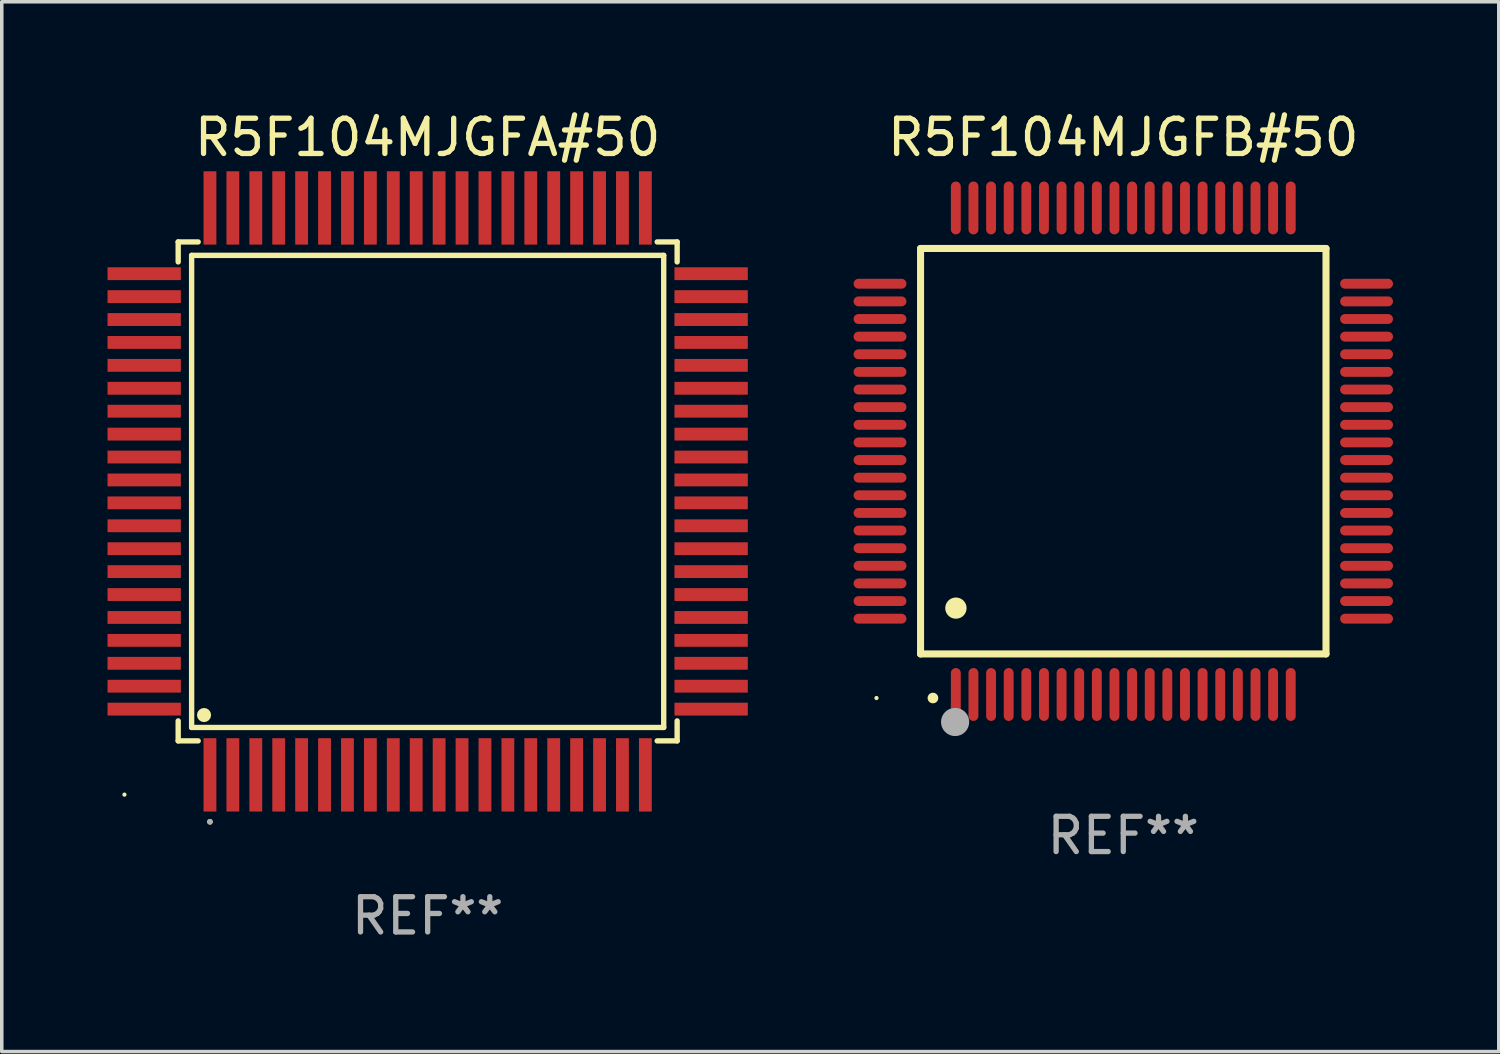
<source format=kicad_pcb>
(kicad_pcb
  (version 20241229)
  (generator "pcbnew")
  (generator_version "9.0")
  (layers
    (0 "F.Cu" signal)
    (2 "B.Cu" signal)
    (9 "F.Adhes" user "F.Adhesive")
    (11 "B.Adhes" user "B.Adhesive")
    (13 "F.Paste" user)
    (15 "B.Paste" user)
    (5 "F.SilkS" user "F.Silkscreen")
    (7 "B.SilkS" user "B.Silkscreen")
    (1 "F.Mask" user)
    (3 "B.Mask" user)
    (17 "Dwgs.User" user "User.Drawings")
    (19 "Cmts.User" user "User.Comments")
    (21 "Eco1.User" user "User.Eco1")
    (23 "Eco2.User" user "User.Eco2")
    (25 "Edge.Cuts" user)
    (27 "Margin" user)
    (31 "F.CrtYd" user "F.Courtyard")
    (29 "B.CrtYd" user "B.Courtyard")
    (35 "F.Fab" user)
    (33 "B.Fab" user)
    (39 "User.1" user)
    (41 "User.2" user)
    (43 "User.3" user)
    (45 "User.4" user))
  (footprint "R5F104MJGFA#50"
    (layer "F.Cu")
    (at 9.08 10.888)
    (property "Reference" "R5F104MJGFA#50" (at 0 -10.04 0) (layer "F.SilkS") (effects (font (size 1 1) (thickness 0.15))))
    (attr through_hole)
    (fp_line (start -7.076 -7.076) (end -7.076 -6.509) (stroke (width 0.152) (type solid)) (layer "F.SilkS"))
    (fp_line (start -7.076 7.076) (end -7.076 6.509) (stroke (width 0.152) (type solid)) (layer "F.SilkS"))
    (fp_line (start -6.695 -6.695) (end 6.695 -6.695) (stroke (width 0.152) (type solid)) (layer "F.SilkS"))
    (fp_line (start -6.695 6.695) (end -6.695 -6.695) (stroke (width 0.152) (type solid)) (layer "F.SilkS"))
    (fp_line (start -6.509 -7.076) (end -7.076 -7.076) (stroke (width 0.152) (type solid)) (layer "F.SilkS"))
    (fp_line (start -6.509 7.076) (end -7.076 7.076) (stroke (width 0.152) (type solid)) (layer "F.SilkS"))
    (fp_line (start 6.509 -7.076) (end 7.076 -7.076) (stroke (width 0.152) (type solid)) (layer "F.SilkS"))
    (fp_line (start 6.509 7.076) (end 7.076 7.076) (stroke (width 0.152) (type solid)) (layer "F.SilkS"))
    (fp_line (start 6.695 -6.695) (end 6.695 6.695) (stroke (width 0.152) (type solid)) (layer "F.SilkS"))
    (fp_line (start 6.695 6.695) (end -6.695 6.695) (stroke (width 0.152) (type solid)) (layer "F.SilkS"))
    (fp_line (start 7.076 -7.076) (end 7.076 -6.509) (stroke (width 0.152) (type solid)) (layer "F.SilkS"))
    (fp_line (start 7.076 7.076) (end 7.076 6.509) (stroke (width 0.152) (type solid)) (layer "F.SilkS"))
    (fp_circle (center -8.6 8.6) (end -8.57 8.6) (stroke (width 0.06) (type solid)) (fill no) (layer "F.SilkS"))
    (fp_circle (center -6.343 6.343) (end -6.243 6.343) (stroke (width 0.2) (type solid)) (fill no) (layer "F.SilkS"))
    (fp_circle (center -6.175 9.371) (end -6.135 9.371) (stroke (width 0.08) (type solid)) (fill no) (layer "F.SilkS"))
    (fp_circle (center -6.175 9.371) (end -6.135 9.371) (stroke (width 0.08) (type solid)) (fill no) (layer "F.Fab"))
    (fp_text user "REF**" (at 0 12.04 0) (layer "F.Fab") (effects (font (size 1 1) (thickness 0.15))))
    (pad "1" smd rect (at -6.175 8.04) (size 0.364 2.08) (layers "F.Cu" "F.Mask" "F.Paste"))
    (pad "2" smd rect (at -5.525 8.04) (size 0.364 2.08) (layers "F.Cu" "F.Mask" "F.Paste"))
    (pad "3" smd rect (at -4.875 8.04) (size 0.364 2.08) (layers "F.Cu" "F.Mask" "F.Paste"))
    (pad "4" smd rect (at -4.225 8.04) (size 0.364 2.08) (layers "F.Cu" "F.Mask" "F.Paste"))
    (pad "5" smd rect (at -3.575 8.04) (size 0.364 2.08) (layers "F.Cu" "F.Mask" "F.Paste"))
    (pad "6" smd rect (at -2.925 8.04) (size 0.364 2.08) (layers "F.Cu" "F.Mask" "F.Paste"))
    (pad "7" smd rect (at -2.275 8.04) (size 0.364 2.08) (layers "F.Cu" "F.Mask" "F.Paste"))
    (pad "8" smd rect (at -1.625 8.04) (size 0.364 2.08) (layers "F.Cu" "F.Mask" "F.Paste"))
    (pad "9" smd rect (at -0.975 8.04) (size 0.364 2.08) (layers "F.Cu" "F.Mask" "F.Paste"))
    (pad "10" smd rect (at -0.325 8.04) (size 0.364 2.08) (layers "F.Cu" "F.Mask" "F.Paste"))
    (pad "11" smd rect (at 0.325 8.04) (size 0.364 2.08) (layers "F.Cu" "F.Mask" "F.Paste"))
    (pad "12" smd rect (at 0.975 8.04) (size 0.364 2.08) (layers "F.Cu" "F.Mask" "F.Paste"))
    (pad "13" smd rect (at 1.625 8.04) (size 0.364 2.08) (layers "F.Cu" "F.Mask" "F.Paste"))
    (pad "14" smd rect (at 2.275 8.04) (size 0.364 2.08) (layers "F.Cu" "F.Mask" "F.Paste"))
    (pad "15" smd rect (at 2.925 8.04) (size 0.364 2.08) (layers "F.Cu" "F.Mask" "F.Paste"))
    (pad "16" smd rect (at 3.575 8.04) (size 0.364 2.08) (layers "F.Cu" "F.Mask" "F.Paste"))
    (pad "17" smd rect (at 4.225 8.04) (size 0.364 2.08) (layers "F.Cu" "F.Mask" "F.Paste"))
    (pad "18" smd rect (at 4.875 8.04) (size 0.364 2.08) (layers "F.Cu" "F.Mask" "F.Paste"))
    (pad "19" smd rect (at 5.525 8.04) (size 0.364 2.08) (layers "F.Cu" "F.Mask" "F.Paste"))
    (pad "20" smd rect (at 6.175 8.04) (size 0.364 2.08) (layers "F.Cu" "F.Mask" "F.Paste"))
    (pad "21" smd rect (at 8.04 6.175) (size 2.08 0.364) (layers "F.Cu" "F.Mask" "F.Paste"))
    (pad "22" smd rect (at 8.04 5.525) (size 2.08 0.364) (layers "F.Cu" "F.Mask" "F.Paste"))
    (pad "23" smd rect (at 8.04 4.875) (size 2.08 0.364) (layers "F.Cu" "F.Mask" "F.Paste"))
    (pad "24" smd rect (at 8.04 4.225) (size 2.08 0.364) (layers "F.Cu" "F.Mask" "F.Paste"))
    (pad "25" smd rect (at 8.04 3.575) (size 2.08 0.364) (layers "F.Cu" "F.Mask" "F.Paste"))
    (pad "26" smd rect (at 8.04 2.925) (size 2.08 0.364) (layers "F.Cu" "F.Mask" "F.Paste"))
    (pad "27" smd rect (at 8.04 2.275) (size 2.08 0.364) (layers "F.Cu" "F.Mask" "F.Paste"))
    (pad "28" smd rect (at 8.04 1.625) (size 2.08 0.364) (layers "F.Cu" "F.Mask" "F.Paste"))
    (pad "29" smd rect (at 8.04 0.975) (size 2.08 0.364) (layers "F.Cu" "F.Mask" "F.Paste"))
    (pad "30" smd rect (at 8.04 0.325) (size 2.08 0.364) (layers "F.Cu" "F.Mask" "F.Paste"))
    (pad "31" smd rect (at 8.04 -0.325) (size 2.08 0.364) (layers "F.Cu" "F.Mask" "F.Paste"))
    (pad "32" smd rect (at 8.04 -0.975) (size 2.08 0.364) (layers "F.Cu" "F.Mask" "F.Paste"))
    (pad "33" smd rect (at 8.04 -1.625) (size 2.08 0.364) (layers "F.Cu" "F.Mask" "F.Paste"))
    (pad "34" smd rect (at 8.04 -2.275) (size 2.08 0.364) (layers "F.Cu" "F.Mask" "F.Paste"))
    (pad "35" smd rect (at 8.04 -2.925) (size 2.08 0.364) (layers "F.Cu" "F.Mask" "F.Paste"))
    (pad "36" smd rect (at 8.04 -3.575) (size 2.08 0.364) (layers "F.Cu" "F.Mask" "F.Paste"))
    (pad "37" smd rect (at 8.04 -4.225) (size 2.08 0.364) (layers "F.Cu" "F.Mask" "F.Paste"))
    (pad "38" smd rect (at 8.04 -4.875) (size 2.08 0.364) (layers "F.Cu" "F.Mask" "F.Paste"))
    (pad "39" smd rect (at 8.04 -5.525) (size 2.08 0.364) (layers "F.Cu" "F.Mask" "F.Paste"))
    (pad "40" smd rect (at 8.04 -6.175) (size 2.08 0.364) (layers "F.Cu" "F.Mask" "F.Paste"))
    (pad "41" smd rect (at 6.175 -8.04) (size 0.364 2.08) (layers "F.Cu" "F.Mask" "F.Paste"))
    (pad "42" smd rect (at 5.525 -8.04) (size 0.364 2.08) (layers "F.Cu" "F.Mask" "F.Paste"))
    (pad "43" smd rect (at 4.875 -8.04) (size 0.364 2.08) (layers "F.Cu" "F.Mask" "F.Paste"))
    (pad "44" smd rect (at 4.225 -8.04) (size 0.364 2.08) (layers "F.Cu" "F.Mask" "F.Paste"))
    (pad "45" smd rect (at 3.575 -8.04) (size 0.364 2.08) (layers "F.Cu" "F.Mask" "F.Paste"))
    (pad "46" smd rect (at 2.925 -8.04) (size 0.364 2.08) (layers "F.Cu" "F.Mask" "F.Paste"))
    (pad "47" smd rect (at 2.275 -8.04) (size 0.364 2.08) (layers "F.Cu" "F.Mask" "F.Paste"))
    (pad "48" smd rect (at 1.625 -8.04) (size 0.364 2.08) (layers "F.Cu" "F.Mask" "F.Paste"))
    (pad "49" smd rect (at 0.975 -8.04) (size 0.364 2.08) (layers "F.Cu" "F.Mask" "F.Paste"))
    (pad "50" smd rect (at 0.325 -8.04) (size 0.364 2.08) (layers "F.Cu" "F.Mask" "F.Paste"))
    (pad "51" smd rect (at -0.325 -8.04) (size 0.364 2.08) (layers "F.Cu" "F.Mask" "F.Paste"))
    (pad "52" smd rect (at -0.975 -8.04) (size 0.364 2.08) (layers "F.Cu" "F.Mask" "F.Paste"))
    (pad "53" smd rect (at -1.625 -8.04) (size 0.364 2.08) (layers "F.Cu" "F.Mask" "F.Paste"))
    (pad "54" smd rect (at -2.275 -8.04) (size 0.364 2.08) (layers "F.Cu" "F.Mask" "F.Paste"))
    (pad "55" smd rect (at -2.925 -8.04) (size 0.364 2.08) (layers "F.Cu" "F.Mask" "F.Paste"))
    (pad "56" smd rect (at -3.575 -8.04) (size 0.364 2.08) (layers "F.Cu" "F.Mask" "F.Paste"))
    (pad "57" smd rect (at -4.225 -8.04) (size 0.364 2.08) (layers "F.Cu" "F.Mask" "F.Paste"))
    (pad "58" smd rect (at -4.875 -8.04) (size 0.364 2.08) (layers "F.Cu" "F.Mask" "F.Paste"))
    (pad "59" smd rect (at -5.525 -8.04) (size 0.364 2.08) (layers "F.Cu" "F.Mask" "F.Paste"))
    (pad "60" smd rect (at -6.175 -8.04) (size 0.364 2.08) (layers "F.Cu" "F.Mask" "F.Paste"))
    (pad "61" smd rect (at -8.04 -6.175) (size 2.08 0.364) (layers "F.Cu" "F.Mask" "F.Paste"))
    (pad "62" smd rect (at -8.04 -5.525) (size 2.08 0.364) (layers "F.Cu" "F.Mask" "F.Paste"))
    (pad "63" smd rect (at -8.04 -4.875) (size 2.08 0.364) (layers "F.Cu" "F.Mask" "F.Paste"))
    (pad "64" smd rect (at -8.04 -4.225) (size 2.08 0.364) (layers "F.Cu" "F.Mask" "F.Paste"))
    (pad "65" smd rect (at -8.04 -3.575) (size 2.08 0.364) (layers "F.Cu" "F.Mask" "F.Paste"))
    (pad "66" smd rect (at -8.04 -2.925) (size 2.08 0.364) (layers "F.Cu" "F.Mask" "F.Paste"))
    (pad "67" smd rect (at -8.04 -2.275) (size 2.08 0.364) (layers "F.Cu" "F.Mask" "F.Paste"))
    (pad "68" smd rect (at -8.04 -1.625) (size 2.08 0.364) (layers "F.Cu" "F.Mask" "F.Paste"))
    (pad "69" smd rect (at -8.04 -0.975) (size 2.08 0.364) (layers "F.Cu" "F.Mask" "F.Paste"))
    (pad "70" smd rect (at -8.04 -0.325) (size 2.08 0.364) (layers "F.Cu" "F.Mask" "F.Paste"))
    (pad "71" smd rect (at -8.04 0.325) (size 2.08 0.364) (layers "F.Cu" "F.Mask" "F.Paste"))
    (pad "72" smd rect (at -8.04 0.975) (size 2.08 0.364) (layers "F.Cu" "F.Mask" "F.Paste"))
    (pad "73" smd rect (at -8.04 1.625) (size 2.08 0.364) (layers "F.Cu" "F.Mask" "F.Paste"))
    (pad "74" smd rect (at -8.04 2.275) (size 2.08 0.364) (layers "F.Cu" "F.Mask" "F.Paste"))
    (pad "75" smd rect (at -8.04 2.925) (size 2.08 0.364) (layers "F.Cu" "F.Mask" "F.Paste"))
    (pad "76" smd rect (at -8.04 3.575) (size 2.08 0.364) (layers "F.Cu" "F.Mask" "F.Paste"))
    (pad "77" smd rect (at -8.04 4.225) (size 2.08 0.364) (layers "F.Cu" "F.Mask" "F.Paste"))
    (pad "78" smd rect (at -8.04 4.875) (size 2.08 0.364) (layers "F.Cu" "F.Mask" "F.Paste"))
    (pad "79" smd rect (at -8.04 5.525) (size 2.08 0.364) (layers "F.Cu" "F.Mask" "F.Paste"))
    (pad "80" smd rect (at -8.04 6.175) (size 2.08 0.364) (layers "F.Cu" "F.Mask" "F.Paste")))
  (footprint "R5F104MJGFB#50"
    (layer "F.Cu")
    (at 28.81 9.748)
    (property "Reference" "R5F104MJGFB#50" (at 0 -8.9 0) (layer "F.SilkS") (effects (font (size 1 1) (thickness 0.15))))
    (attr through_hole)
    (fp_line (start -5.75 -5.75) (end 5.75 -5.75) (stroke (width 0.2) (type solid)) (layer "F.SilkS"))
    (fp_line (start -5.75 5.75) (end -5.75 -5.75) (stroke (width 0.2) (type solid)) (layer "F.SilkS"))
    (fp_line (start 5.75 -5.75) (end 5.75 5.75) (stroke (width 0.2) (type solid)) (layer "F.SilkS"))
    (fp_line (start 5.75 5.75) (end -5.75 5.75) (stroke (width 0.2) (type solid)) (layer "F.SilkS"))
    (fp_arc (start -5.400051 7.000254) (mid -5.398781 7.000249) (end -5.397511 7.000254) (stroke (width 0.3) (type solid)) (layer "F.SilkS"))
    (fp_arc (start -4.749809 4.450089) (mid -4.747269 4.450078) (end -4.744729 4.450089) (stroke (width 0.6) (type solid)) (layer "F.SilkS"))
    (fp_circle (center -7 7) (end -6.97 7) (stroke (width 0.06) (type solid)) (fill no) (layer "F.SilkS"))
    (fp_circle (center -4.77 7.68) (end -4.57 7.68) (stroke (width 0.4) (type solid)) (fill no) (layer "F.Fab"))
    (fp_text user "REF**" (at 0 10.9 0) (layer "F.Fab") (effects (font (size 1 1) (thickness 0.15))))
    (pad "1" smd oval (at -4.75 6.9) (size 0.28 1.5) (layers "F.Cu" "F.Mask" "F.Paste"))
    (pad "2" smd oval (at -4.25 6.9) (size 0.28 1.5) (layers "F.Cu" "F.Mask" "F.Paste"))
    (pad "3" smd oval (at -3.75 6.9) (size 0.28 1.5) (layers "F.Cu" "F.Mask" "F.Paste"))
    (pad "4" smd oval (at -3.25 6.9) (size 0.28 1.5) (layers "F.Cu" "F.Mask" "F.Paste"))
    (pad "5" smd oval (at -2.75 6.9) (size 0.28 1.5) (layers "F.Cu" "F.Mask" "F.Paste"))
    (pad "6" smd oval (at -2.25 6.9) (size 0.28 1.5) (layers "F.Cu" "F.Mask" "F.Paste"))
    (pad "7" smd oval (at -1.75 6.9) (size 0.28 1.5) (layers "F.Cu" "F.Mask" "F.Paste"))
    (pad "8" smd oval (at -1.25 6.9) (size 0.28 1.5) (layers "F.Cu" "F.Mask" "F.Paste"))
    (pad "9" smd oval (at -0.75 6.9) (size 0.28 1.5) (layers "F.Cu" "F.Mask" "F.Paste"))
    (pad "10" smd oval (at -0.25 6.9) (size 0.28 1.5) (layers "F.Cu" "F.Mask" "F.Paste"))
    (pad "11" smd oval (at 0.25 6.9) (size 0.28 1.5) (layers "F.Cu" "F.Mask" "F.Paste"))
    (pad "12" smd oval (at 0.75 6.9) (size 0.28 1.5) (layers "F.Cu" "F.Mask" "F.Paste"))
    (pad "13" smd oval (at 1.25 6.9) (size 0.28 1.5) (layers "F.Cu" "F.Mask" "F.Paste"))
    (pad "14" smd oval (at 1.75 6.9) (size 0.28 1.5) (layers "F.Cu" "F.Mask" "F.Paste"))
    (pad "15" smd oval (at 2.25 6.9) (size 0.28 1.5) (layers "F.Cu" "F.Mask" "F.Paste"))
    (pad "16" smd oval (at 2.75 6.9) (size 0.28 1.5) (layers "F.Cu" "F.Mask" "F.Paste"))
    (pad "17" smd oval (at 3.25 6.9) (size 0.28 1.5) (layers "F.Cu" "F.Mask" "F.Paste"))
    (pad "18" smd oval (at 3.75 6.9) (size 0.28 1.5) (layers "F.Cu" "F.Mask" "F.Paste"))
    (pad "19" smd oval (at 4.25 6.9) (size 0.28 1.5) (layers "F.Cu" "F.Mask" "F.Paste"))
    (pad "20" smd oval (at 4.75 6.9) (size 0.28 1.5) (layers "F.Cu" "F.Mask" "F.Paste"))
    (pad "21" smd oval (at 6.9 4.75) (size 1.5 0.28) (layers "F.Cu" "F.Mask" "F.Paste"))
    (pad "22" smd oval (at 6.9 4.25) (size 1.5 0.28) (layers "F.Cu" "F.Mask" "F.Paste"))
    (pad "23" smd oval (at 6.9 3.75) (size 1.5 0.28) (layers "F.Cu" "F.Mask" "F.Paste"))
    (pad "24" smd oval (at 6.9 3.25) (size 1.5 0.28) (layers "F.Cu" "F.Mask" "F.Paste"))
    (pad "25" smd oval (at 6.9 2.75) (size 1.5 0.28) (layers "F.Cu" "F.Mask" "F.Paste"))
    (pad "26" smd oval (at 6.9 2.25) (size 1.5 0.28) (layers "F.Cu" "F.Mask" "F.Paste"))
    (pad "27" smd oval (at 6.9 1.75) (size 1.5 0.28) (layers "F.Cu" "F.Mask" "F.Paste"))
    (pad "28" smd oval (at 6.9 1.25) (size 1.5 0.28) (layers "F.Cu" "F.Mask" "F.Paste"))
    (pad "29" smd oval (at 6.9 0.75) (size 1.5 0.28) (layers "F.Cu" "F.Mask" "F.Paste"))
    (pad "30" smd oval (at 6.9 0.25) (size 1.5 0.28) (layers "F.Cu" "F.Mask" "F.Paste"))
    (pad "31" smd oval (at 6.9 -0.25) (size 1.5 0.28) (layers "F.Cu" "F.Mask" "F.Paste"))
    (pad "32" smd oval (at 6.9 -0.75) (size 1.5 0.28) (layers "F.Cu" "F.Mask" "F.Paste"))
    (pad "33" smd oval (at 6.9 -1.25) (size 1.5 0.28) (layers "F.Cu" "F.Mask" "F.Paste"))
    (pad "34" smd oval (at 6.9 -1.75) (size 1.5 0.28) (layers "F.Cu" "F.Mask" "F.Paste"))
    (pad "35" smd oval (at 6.9 -2.25) (size 1.5 0.28) (layers "F.Cu" "F.Mask" "F.Paste"))
    (pad "36" smd oval (at 6.9 -2.75) (size 1.5 0.28) (layers "F.Cu" "F.Mask" "F.Paste"))
    (pad "37" smd oval (at 6.9 -3.25) (size 1.5 0.28) (layers "F.Cu" "F.Mask" "F.Paste"))
    (pad "38" smd oval (at 6.9 -3.75) (size 1.5 0.28) (layers "F.Cu" "F.Mask" "F.Paste"))
    (pad "39" smd oval (at 6.9 -4.25) (size 1.5 0.28) (layers "F.Cu" "F.Mask" "F.Paste"))
    (pad "40" smd oval (at 6.9 -4.75) (size 1.5 0.28) (layers "F.Cu" "F.Mask" "F.Paste"))
    (pad "41" smd oval (at 4.75 -6.9) (size 0.28 1.5) (layers "F.Cu" "F.Mask" "F.Paste"))
    (pad "42" smd oval (at 4.25 -6.9) (size 0.28 1.5) (layers "F.Cu" "F.Mask" "F.Paste"))
    (pad "43" smd oval (at 3.75 -6.9) (size 0.28 1.5) (layers "F.Cu" "F.Mask" "F.Paste"))
    (pad "44" smd oval (at 3.25 -6.9) (size 0.28 1.5) (layers "F.Cu" "F.Mask" "F.Paste"))
    (pad "45" smd oval (at 2.75 -6.9) (size 0.28 1.5) (layers "F.Cu" "F.Mask" "F.Paste"))
    (pad "46" smd oval (at 2.25 -6.9) (size 0.28 1.5) (layers "F.Cu" "F.Mask" "F.Paste"))
    (pad "47" smd oval (at 1.75 -6.9) (size 0.28 1.5) (layers "F.Cu" "F.Mask" "F.Paste"))
    (pad "48" smd oval (at 1.25 -6.9) (size 0.28 1.5) (layers "F.Cu" "F.Mask" "F.Paste"))
    (pad "49" smd oval (at 0.75 -6.9) (size 0.28 1.5) (layers "F.Cu" "F.Mask" "F.Paste"))
    (pad "50" smd oval (at 0.25 -6.9) (size 0.28 1.5) (layers "F.Cu" "F.Mask" "F.Paste"))
    (pad "51" smd oval (at -0.25 -6.9) (size 0.28 1.5) (layers "F.Cu" "F.Mask" "F.Paste"))
    (pad "52" smd oval (at -0.75 -6.9) (size 0.28 1.5) (layers "F.Cu" "F.Mask" "F.Paste"))
    (pad "53" smd oval (at -1.25 -6.9) (size 0.28 1.5) (layers "F.Cu" "F.Mask" "F.Paste"))
    (pad "54" smd oval (at -1.75 -6.9) (size 0.28 1.5) (layers "F.Cu" "F.Mask" "F.Paste"))
    (pad "55" smd oval (at -2.25 -6.9) (size 0.28 1.5) (layers "F.Cu" "F.Mask" "F.Paste"))
    (pad "56" smd oval (at -2.75 -6.9) (size 0.28 1.5) (layers "F.Cu" "F.Mask" "F.Paste"))
    (pad "57" smd oval (at -3.25 -6.9) (size 0.28 1.5) (layers "F.Cu" "F.Mask" "F.Paste"))
    (pad "58" smd oval (at -3.75 -6.9) (size 0.28 1.5) (layers "F.Cu" "F.Mask" "F.Paste"))
    (pad "59" smd oval (at -4.25 -6.9) (size 0.28 1.5) (layers "F.Cu" "F.Mask" "F.Paste"))
    (pad "60" smd oval (at -4.75 -6.9) (size 0.28 1.5) (layers "F.Cu" "F.Mask" "F.Paste"))
    (pad "61" smd oval (at -6.9 -4.75) (size 1.5 0.28) (layers "F.Cu" "F.Mask" "F.Paste"))
    (pad "62" smd oval (at -6.9 -4.25) (size 1.5 0.28) (layers "F.Cu" "F.Mask" "F.Paste"))
    (pad "63" smd oval (at -6.9 -3.75) (size 1.5 0.28) (layers "F.Cu" "F.Mask" "F.Paste"))
    (pad "64" smd oval (at -6.9 -3.25) (size 1.5 0.28) (layers "F.Cu" "F.Mask" "F.Paste"))
    (pad "65" smd oval (at -6.9 -2.75) (size 1.5 0.28) (layers "F.Cu" "F.Mask" "F.Paste"))
    (pad "66" smd oval (at -6.9 -2.25) (size 1.5 0.28) (layers "F.Cu" "F.Mask" "F.Paste"))
    (pad "67" smd oval (at -6.9 -1.75) (size 1.5 0.28) (layers "F.Cu" "F.Mask" "F.Paste"))
    (pad "68" smd oval (at -6.9 -1.25) (size 1.5 0.28) (layers "F.Cu" "F.Mask" "F.Paste"))
    (pad "69" smd oval (at -6.9 -0.75) (size 1.5 0.28) (layers "F.Cu" "F.Mask" "F.Paste"))
    (pad "70" smd oval (at -6.9 -0.25) (size 1.5 0.28) (layers "F.Cu" "F.Mask" "F.Paste"))
    (pad "71" smd oval (at -6.9 0.25) (size 1.5 0.28) (layers "F.Cu" "F.Mask" "F.Paste"))
    (pad "72" smd oval (at -6.9 0.75) (size 1.5 0.28) (layers "F.Cu" "F.Mask" "F.Paste"))
    (pad "73" smd oval (at -6.9 1.25) (size 1.5 0.28) (layers "F.Cu" "F.Mask" "F.Paste"))
    (pad "74" smd oval (at -6.9 1.75) (size 1.5 0.28) (layers "F.Cu" "F.Mask" "F.Paste"))
    (pad "75" smd oval (at -6.9 2.25) (size 1.5 0.28) (layers "F.Cu" "F.Mask" "F.Paste"))
    (pad "76" smd oval (at -6.9 2.75) (size 1.5 0.28) (layers "F.Cu" "F.Mask" "F.Paste"))
    (pad "77" smd oval (at -6.9 3.25) (size 1.5 0.28) (layers "F.Cu" "F.Mask" "F.Paste"))
    (pad "78" smd oval (at -6.9 3.75) (size 1.5 0.28) (layers "F.Cu" "F.Mask" "F.Paste"))
    (pad "79" smd oval (at -6.9 4.25) (size 1.5 0.28) (layers "F.Cu" "F.Mask" "F.Paste"))
    (pad "80" smd oval (at -6.9 4.75) (size 1.5 0.28) (layers "F.Cu" "F.Mask" "F.Paste")))
  (gr_rect
    (start -3 -3)
    (end 39.46 26.776)
    (stroke (width 0.1) (type default))
    (fill no)
    (layer "Edge.Cuts")))
</source>
